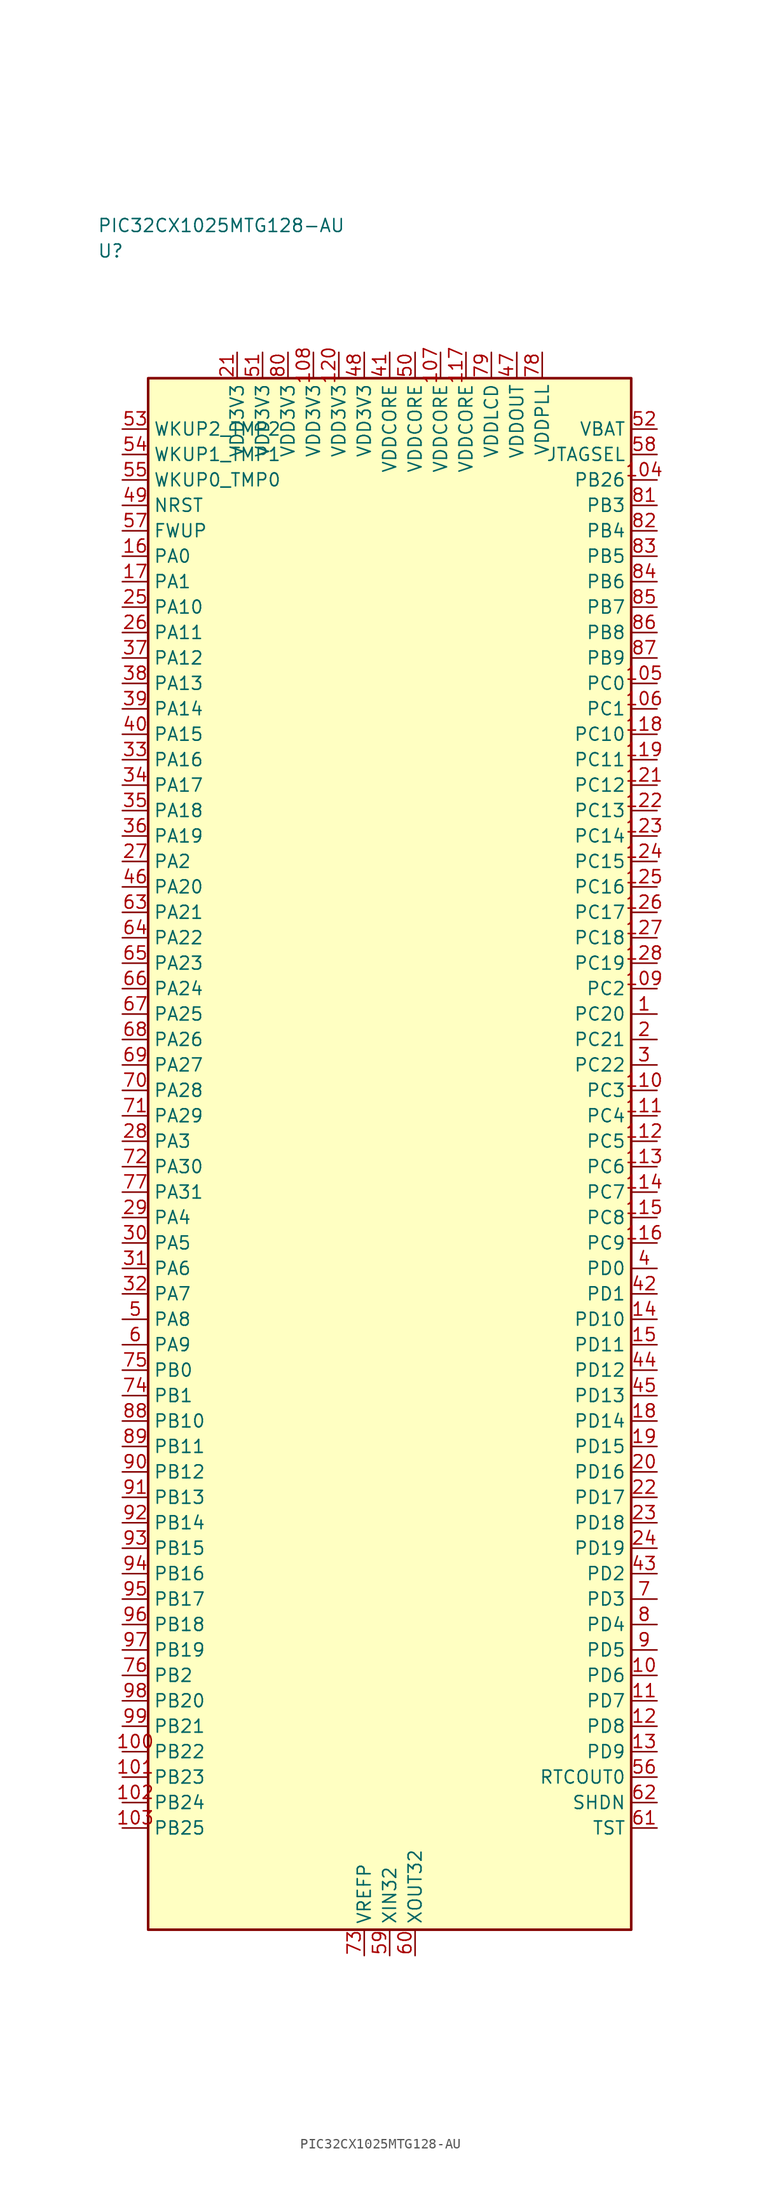
<source format=kicad_sym>
(kicad_symbol_lib
  (version 20241025)
  (generator "kicad_symbol_editor")
  (generator_version "8.0")
  (symbol "PIC32CX1025MTG128-AU"
    (property "Reference" "U"
      (at -28.75 88.75 0)
      (effects (font (size 1.27 1.27)) (justify left)))
    (property "Value" "PIC32CX1025MTG128-AU"
      (at -28.75 91.25 0)
      (effects (font (size 1.27 1.27)) (justify left)))
    (symbol "PIC32CX1025MTG128-AU_0_1"
      (rectangle (start -23.75 76.25) (end 23.75 -76.25) (stroke (width 0.254) (type default)) (fill (type background))))
    (symbol "PIC32CX1025MTG128-AU_1_1"
      (pin bidirectional line (at -26.29 58.75 0.0) (length 2.54) (name "PA0" (effects (font (size 1.27 1.27)))) (number "16" (effects (font (size 1.27 1.27)))))
      (pin bidirectional line (at -26.29 56.25 0.0) (length 2.54) (name "PA1" (effects (font (size 1.27 1.27)))) (number "17" (effects (font (size 1.27 1.27)))))
      (pin bidirectional line (at -26.29 28.75 0.0) (length 2.54) (name "PA2" (effects (font (size 1.27 1.27)))) (number "27" (effects (font (size 1.27 1.27)))))
      (pin bidirectional line (at -26.29 1.25 0.0) (length 2.54) (name "PA3" (effects (font (size 1.27 1.27)))) (number "28" (effects (font (size 1.27 1.27)))))
      (pin bidirectional line (at -26.29 -6.25 0.0) (length 2.54) (name "PA4" (effects (font (size 1.27 1.27)))) (number "29" (effects (font (size 1.27 1.27)))))
      (pin bidirectional line (at -26.29 -8.75 0.0) (length 2.54) (name "PA5" (effects (font (size 1.27 1.27)))) (number "30" (effects (font (size 1.27 1.27)))))
      (pin bidirectional line (at -26.29 -11.25 0.0) (length 2.54) (name "PA6" (effects (font (size 1.27 1.27)))) (number "31" (effects (font (size 1.27 1.27)))))
      (pin bidirectional line (at -26.29 -13.75 0.0) (length 2.54) (name "PA7" (effects (font (size 1.27 1.27)))) (number "32" (effects (font (size 1.27 1.27)))))
      (pin bidirectional line (at -26.29 -16.25 0.0) (length 2.54) (name "PA8" (effects (font (size 1.27 1.27)))) (number "5" (effects (font (size 1.27 1.27)))))
      (pin bidirectional line (at -26.29 -18.75 0.0) (length 2.54) (name "PA9" (effects (font (size 1.27 1.27)))) (number "6" (effects (font (size 1.27 1.27)))))
      (pin bidirectional line (at -26.29 53.75 0.0) (length 2.54) (name "PA10" (effects (font (size 1.27 1.27)))) (number "25" (effects (font (size 1.27 1.27)))))
      (pin bidirectional line (at -26.29 51.25 0.0) (length 2.54) (name "PA11" (effects (font (size 1.27 1.27)))) (number "26" (effects (font (size 1.27 1.27)))))
      (pin bidirectional line (at -26.29 48.75 0.0) (length 2.54) (name "PA12" (effects (font (size 1.27 1.27)))) (number "37" (effects (font (size 1.27 1.27)))))
      (pin bidirectional line (at -26.29 46.25 0.0) (length 2.54) (name "PA13" (effects (font (size 1.27 1.27)))) (number "38" (effects (font (size 1.27 1.27)))))
      (pin bidirectional line (at -26.29 43.75 0.0) (length 2.54) (name "PA14" (effects (font (size 1.27 1.27)))) (number "39" (effects (font (size 1.27 1.27)))))
      (pin bidirectional line (at -26.29 41.25 0.0) (length 2.54) (name "PA15" (effects (font (size 1.27 1.27)))) (number "40" (effects (font (size 1.27 1.27)))))
      (pin bidirectional line (at -26.29 38.75 0.0) (length 2.54) (name "PA16" (effects (font (size 1.27 1.27)))) (number "33" (effects (font (size 1.27 1.27)))))
      (pin bidirectional line (at -26.29 36.25 0.0) (length 2.54) (name "PA17" (effects (font (size 1.27 1.27)))) (number "34" (effects (font (size 1.27 1.27)))))
      (pin bidirectional line (at -26.29 33.75 0.0) (length 2.54) (name "PA18" (effects (font (size 1.27 1.27)))) (number "35" (effects (font (size 1.27 1.27)))))
      (pin bidirectional line (at -26.29 31.25 0.0) (length 2.54) (name "PA19" (effects (font (size 1.27 1.27)))) (number "36" (effects (font (size 1.27 1.27)))))
      (pin bidirectional line (at -26.29 26.25 0.0) (length 2.54) (name "PA20" (effects (font (size 1.27 1.27)))) (number "46" (effects (font (size 1.27 1.27)))))
      (pin bidirectional line (at -26.29 23.75 0.0) (length 2.54) (name "PA21" (effects (font (size 1.27 1.27)))) (number "63" (effects (font (size 1.27 1.27)))))
      (pin bidirectional line (at -26.29 21.25 0.0) (length 2.54) (name "PA22" (effects (font (size 1.27 1.27)))) (number "64" (effects (font (size 1.27 1.27)))))
      (pin bidirectional line (at -26.29 18.75 0.0) (length 2.54) (name "PA23" (effects (font (size 1.27 1.27)))) (number "65" (effects (font (size 1.27 1.27)))))
      (pin bidirectional line (at -26.29 16.25 0.0) (length 2.54) (name "PA24" (effects (font (size 1.27 1.27)))) (number "66" (effects (font (size 1.27 1.27)))))
      (pin bidirectional line (at -26.29 13.75 0.0) (length 2.54) (name "PA25" (effects (font (size 1.27 1.27)))) (number "67" (effects (font (size 1.27 1.27)))))
      (pin bidirectional line (at -26.29 11.25 0.0) (length 2.54) (name "PA26" (effects (font (size 1.27 1.27)))) (number "68" (effects (font (size 1.27 1.27)))))
      (pin bidirectional line (at -26.29 8.75 0.0) (length 2.54) (name "PA27" (effects (font (size 1.27 1.27)))) (number "69" (effects (font (size 1.27 1.27)))))
      (pin bidirectional line (at -26.29 6.25 0.0) (length 2.54) (name "PA28" (effects (font (size 1.27 1.27)))) (number "70" (effects (font (size 1.27 1.27)))))
      (pin bidirectional line (at -26.29 3.75 0.0) (length 2.54) (name "PA29" (effects (font (size 1.27 1.27)))) (number "71" (effects (font (size 1.27 1.27)))))
      (pin bidirectional line (at -26.29 -1.25 0.0) (length 2.54) (name "PA30" (effects (font (size 1.27 1.27)))) (number "72" (effects (font (size 1.27 1.27)))))
      (pin bidirectional line (at -26.29 -23.75 0.0) (length 2.54) (name "PB1" (effects (font (size 1.27 1.27)))) (number "74" (effects (font (size 1.27 1.27)))))
      (pin bidirectional line (at -26.29 -21.25 0.0) (length 2.54) (name "PB0" (effects (font (size 1.27 1.27)))) (number "75" (effects (font (size 1.27 1.27)))))
      (pin bidirectional line (at -26.29 -51.25 0.0) (length 2.54) (name "PB2" (effects (font (size 1.27 1.27)))) (number "76" (effects (font (size 1.27 1.27)))))
      (pin bidirectional line (at -26.29 -3.75 0.0) (length 2.54) (name "PA31" (effects (font (size 1.27 1.27)))) (number "77" (effects (font (size 1.27 1.27)))))
      (pin bidirectional line (at 26.29 63.75 180.0) (length 2.54) (name "PB3" (effects (font (size 1.27 1.27)))) (number "81" (effects (font (size 1.27 1.27)))))
      (pin bidirectional line (at 26.29 61.25 180.0) (length 2.54) (name "PB4" (effects (font (size 1.27 1.27)))) (number "82" (effects (font (size 1.27 1.27)))))
      (pin bidirectional line (at 26.29 58.75 180.0) (length 2.54) (name "PB5" (effects (font (size 1.27 1.27)))) (number "83" (effects (font (size 1.27 1.27)))))
      (pin bidirectional line (at 26.29 56.25 180.0) (length 2.54) (name "PB6" (effects (font (size 1.27 1.27)))) (number "84" (effects (font (size 1.27 1.27)))))
      (pin bidirectional line (at 26.29 53.75 180.0) (length 2.54) (name "PB7" (effects (font (size 1.27 1.27)))) (number "85" (effects (font (size 1.27 1.27)))))
      (pin bidirectional line (at 26.29 51.25 180.0) (length 2.54) (name "PB8" (effects (font (size 1.27 1.27)))) (number "86" (effects (font (size 1.27 1.27)))))
      (pin bidirectional line (at 26.29 48.75 180.0) (length 2.54) (name "PB9" (effects (font (size 1.27 1.27)))) (number "87" (effects (font (size 1.27 1.27)))))
      (pin bidirectional line (at -26.29 -26.25 0.0) (length 2.54) (name "PB10" (effects (font (size 1.27 1.27)))) (number "88" (effects (font (size 1.27 1.27)))))
      (pin bidirectional line (at -26.29 -28.75 0.0) (length 2.54) (name "PB11" (effects (font (size 1.27 1.27)))) (number "89" (effects (font (size 1.27 1.27)))))
      (pin bidirectional line (at -26.29 -31.25 0.0) (length 2.54) (name "PB12" (effects (font (size 1.27 1.27)))) (number "90" (effects (font (size 1.27 1.27)))))
      (pin bidirectional line (at -26.29 -33.75 0.0) (length 2.54) (name "PB13" (effects (font (size 1.27 1.27)))) (number "91" (effects (font (size 1.27 1.27)))))
      (pin bidirectional line (at -26.29 -36.25 0.0) (length 2.54) (name "PB14" (effects (font (size 1.27 1.27)))) (number "92" (effects (font (size 1.27 1.27)))))
      (pin bidirectional line (at -26.29 -38.75 0.0) (length 2.54) (name "PB15" (effects (font (size 1.27 1.27)))) (number "93" (effects (font (size 1.27 1.27)))))
      (pin bidirectional line (at -26.29 -41.25 0.0) (length 2.54) (name "PB16" (effects (font (size 1.27 1.27)))) (number "94" (effects (font (size 1.27 1.27)))))
      (pin bidirectional line (at -26.29 -43.75 0.0) (length 2.54) (name "PB17" (effects (font (size 1.27 1.27)))) (number "95" (effects (font (size 1.27 1.27)))))
      (pin bidirectional line (at -26.29 -46.25 0.0) (length 2.54) (name "PB18" (effects (font (size 1.27 1.27)))) (number "96" (effects (font (size 1.27 1.27)))))
      (pin bidirectional line (at -26.29 -48.75 0.0) (length 2.54) (name "PB19" (effects (font (size 1.27 1.27)))) (number "97" (effects (font (size 1.27 1.27)))))
      (pin bidirectional line (at -26.29 -53.75 0.0) (length 2.54) (name "PB20" (effects (font (size 1.27 1.27)))) (number "98" (effects (font (size 1.27 1.27)))))
      (pin bidirectional line (at -26.29 -56.25 0.0) (length 2.54) (name "PB21" (effects (font (size 1.27 1.27)))) (number "99" (effects (font (size 1.27 1.27)))))
      (pin bidirectional line (at -26.29 -58.75 0.0) (length 2.54) (name "PB22" (effects (font (size 1.27 1.27)))) (number "100" (effects (font (size 1.27 1.27)))))
      (pin bidirectional line (at -26.29 -61.25 0.0) (length 2.54) (name "PB23" (effects (font (size 1.27 1.27)))) (number "101" (effects (font (size 1.27 1.27)))))
      (pin bidirectional line (at -26.29 -63.75 0.0) (length 2.54) (name "PB24" (effects (font (size 1.27 1.27)))) (number "102" (effects (font (size 1.27 1.27)))))
      (pin bidirectional line (at -26.29 -66.25 0.0) (length 2.54) (name "PB25" (effects (font (size 1.27 1.27)))) (number "103" (effects (font (size 1.27 1.27)))))
      (pin bidirectional line (at 26.29 66.25 180.0) (length 2.54) (name "PB26" (effects (font (size 1.27 1.27)))) (number "104" (effects (font (size 1.27 1.27)))))
      (pin bidirectional line (at 26.29 46.25 180.0) (length 2.54) (name "PC0" (effects (font (size 1.27 1.27)))) (number "105" (effects (font (size 1.27 1.27)))))
      (pin bidirectional line (at 26.29 43.75 180.0) (length 2.54) (name "PC1" (effects (font (size 1.27 1.27)))) (number "106" (effects (font (size 1.27 1.27)))))
      (pin bidirectional line (at 26.29 16.25 180.0) (length 2.54) (name "PC2" (effects (font (size 1.27 1.27)))) (number "109" (effects (font (size 1.27 1.27)))))
      (pin bidirectional line (at 26.29 6.25 180.0) (length 2.54) (name "PC3" (effects (font (size 1.27 1.27)))) (number "110" (effects (font (size 1.27 1.27)))))
      (pin bidirectional line (at 26.29 3.75 180.0) (length 2.54) (name "PC4" (effects (font (size 1.27 1.27)))) (number "111" (effects (font (size 1.27 1.27)))))
      (pin bidirectional line (at 26.29 1.25 180.0) (length 2.54) (name "PC5" (effects (font (size 1.27 1.27)))) (number "112" (effects (font (size 1.27 1.27)))))
      (pin bidirectional line (at 26.29 -1.25 180.0) (length 2.54) (name "PC6" (effects (font (size 1.27 1.27)))) (number "113" (effects (font (size 1.27 1.27)))))
      (pin bidirectional line (at 26.29 -3.75 180.0) (length 2.54) (name "PC7" (effects (font (size 1.27 1.27)))) (number "114" (effects (font (size 1.27 1.27)))))
      (pin bidirectional line (at 26.29 -6.25 180.0) (length 2.54) (name "PC8" (effects (font (size 1.27 1.27)))) (number "115" (effects (font (size 1.27 1.27)))))
      (pin bidirectional line (at 26.29 -8.75 180.0) (length 2.54) (name "PC9" (effects (font (size 1.27 1.27)))) (number "116" (effects (font (size 1.27 1.27)))))
      (pin bidirectional line (at 26.29 41.25 180.0) (length 2.54) (name "PC10" (effects (font (size 1.27 1.27)))) (number "118" (effects (font (size 1.27 1.27)))))
      (pin bidirectional line (at 26.29 38.75 180.0) (length 2.54) (name "PC11" (effects (font (size 1.27 1.27)))) (number "119" (effects (font (size 1.27 1.27)))))
      (pin bidirectional line (at 26.29 36.25 180.0) (length 2.54) (name "PC12" (effects (font (size 1.27 1.27)))) (number "121" (effects (font (size 1.27 1.27)))))
      (pin bidirectional line (at 26.29 33.75 180.0) (length 2.54) (name "PC13" (effects (font (size 1.27 1.27)))) (number "122" (effects (font (size 1.27 1.27)))))
      (pin bidirectional line (at 26.29 31.25 180.0) (length 2.54) (name "PC14" (effects (font (size 1.27 1.27)))) (number "123" (effects (font (size 1.27 1.27)))))
      (pin bidirectional line (at 26.29 28.75 180.0) (length 2.54) (name "PC15" (effects (font (size 1.27 1.27)))) (number "124" (effects (font (size 1.27 1.27)))))
      (pin bidirectional line (at 26.29 26.25 180.0) (length 2.54) (name "PC16" (effects (font (size 1.27 1.27)))) (number "125" (effects (font (size 1.27 1.27)))))
      (pin bidirectional line (at 26.29 23.75 180.0) (length 2.54) (name "PC17" (effects (font (size 1.27 1.27)))) (number "126" (effects (font (size 1.27 1.27)))))
      (pin bidirectional line (at 26.29 21.25 180.0) (length 2.54) (name "PC18" (effects (font (size 1.27 1.27)))) (number "127" (effects (font (size 1.27 1.27)))))
      (pin bidirectional line (at 26.29 18.75 180.0) (length 2.54) (name "PC19" (effects (font (size 1.27 1.27)))) (number "128" (effects (font (size 1.27 1.27)))))
      (pin bidirectional line (at 26.29 13.75 180.0) (length 2.54) (name "PC20" (effects (font (size 1.27 1.27)))) (number "1" (effects (font (size 1.27 1.27)))))
      (pin bidirectional line (at 26.29 11.25 180.0) (length 2.54) (name "PC21" (effects (font (size 1.27 1.27)))) (number "2" (effects (font (size 1.27 1.27)))))
      (pin bidirectional line (at 26.29 8.75 180.0) (length 2.54) (name "PC22" (effects (font (size 1.27 1.27)))) (number "3" (effects (font (size 1.27 1.27)))))
      (pin bidirectional line (at 26.29 -11.25 180.0) (length 2.54) (name "PD0" (effects (font (size 1.27 1.27)))) (number "4" (effects (font (size 1.27 1.27)))))
      (pin bidirectional line (at 26.29 -13.75 180.0) (length 2.54) (name "PD1" (effects (font (size 1.27 1.27)))) (number "42" (effects (font (size 1.27 1.27)))))
      (pin bidirectional line (at 26.29 -41.25 180.0) (length 2.54) (name "PD2" (effects (font (size 1.27 1.27)))) (number "43" (effects (font (size 1.27 1.27)))))
      (pin bidirectional line (at 26.29 -43.75 180.0) (length 2.54) (name "PD3" (effects (font (size 1.27 1.27)))) (number "7" (effects (font (size 1.27 1.27)))))
      (pin bidirectional line (at 26.29 -46.25 180.0) (length 2.54) (name "PD4" (effects (font (size 1.27 1.27)))) (number "8" (effects (font (size 1.27 1.27)))))
      (pin bidirectional line (at 26.29 -48.75 180.0) (length 2.54) (name "PD5" (effects (font (size 1.27 1.27)))) (number "9" (effects (font (size 1.27 1.27)))))
      (pin bidirectional line (at 26.29 -51.25 180.0) (length 2.54) (name "PD6" (effects (font (size 1.27 1.27)))) (number "10" (effects (font (size 1.27 1.27)))))
      (pin bidirectional line (at 26.29 -53.75 180.0) (length 2.54) (name "PD7" (effects (font (size 1.27 1.27)))) (number "11" (effects (font (size 1.27 1.27)))))
      (pin bidirectional line (at 26.29 -56.25 180.0) (length 2.54) (name "PD8" (effects (font (size 1.27 1.27)))) (number "12" (effects (font (size 1.27 1.27)))))
      (pin bidirectional line (at 26.29 -58.75 180.0) (length 2.54) (name "PD9" (effects (font (size 1.27 1.27)))) (number "13" (effects (font (size 1.27 1.27)))))
      (pin bidirectional line (at 26.29 -16.25 180.0) (length 2.54) (name "PD10" (effects (font (size 1.27 1.27)))) (number "14" (effects (font (size 1.27 1.27)))))
      (pin bidirectional line (at 26.29 -18.75 180.0) (length 2.54) (name "PD11" (effects (font (size 1.27 1.27)))) (number "15" (effects (font (size 1.27 1.27)))))
      (pin bidirectional line (at 26.29 -21.25 180.0) (length 2.54) (name "PD12" (effects (font (size 1.27 1.27)))) (number "44" (effects (font (size 1.27 1.27)))))
      (pin bidirectional line (at 26.29 -23.75 180.0) (length 2.54) (name "PD13" (effects (font (size 1.27 1.27)))) (number "45" (effects (font (size 1.27 1.27)))))
      (pin bidirectional line (at 26.29 -26.25 180.0) (length 2.54) (name "PD14" (effects (font (size 1.27 1.27)))) (number "18" (effects (font (size 1.27 1.27)))))
      (pin bidirectional line (at 26.29 -28.75 180.0) (length 2.54) (name "PD15" (effects (font (size 1.27 1.27)))) (number "19" (effects (font (size 1.27 1.27)))))
      (pin bidirectional line (at 26.29 -31.25 180.0) (length 2.54) (name "PD16" (effects (font (size 1.27 1.27)))) (number "20" (effects (font (size 1.27 1.27)))))
      (pin bidirectional line (at 26.29 -33.75 180.0) (length 2.54) (name "PD17" (effects (font (size 1.27 1.27)))) (number "22" (effects (font (size 1.27 1.27)))))
      (pin bidirectional line (at 26.29 -36.25 180.0) (length 2.54) (name "PD18" (effects (font (size 1.27 1.27)))) (number "23" (effects (font (size 1.27 1.27)))))
      (pin bidirectional line (at 26.29 -38.75 180.0) (length 2.54) (name "PD19" (effects (font (size 1.27 1.27)))) (number "24" (effects (font (size 1.27 1.27)))))
      (pin input line (at -26.29 63.75 0.0) (length 2.54) (name "NRST" (effects (font (size 1.27 1.27)))) (number "49" (effects (font (size 1.27 1.27)))))
      (pin bidirectional line (at -26.29 61.25 0.0) (length 2.54) (name "FWUP" (effects (font (size 1.27 1.27)))) (number "57" (effects (font (size 1.27 1.27)))))
      (pin output line (at 26.29 68.75 180.0) (length 2.54) (name "JTAGSEL" (effects (font (size 1.27 1.27)))) (number "58" (effects (font (size 1.27 1.27)))))
      (pin bidirectional line (at 26.29 -63.75 180.0) (length 2.54) (name "SHDN" (effects (font (size 1.27 1.27)))) (number "62" (effects (font (size 1.27 1.27)))))
      (pin bidirectional line (at 26.29 -66.25 180.0) (length 2.54) (name "TST" (effects (font (size 1.27 1.27)))) (number "61" (effects (font (size 1.27 1.27)))))
      (pin bidirectional line (at 26.29 -61.25 180.0) (length 2.54) (name "RTCOUT0" (effects (font (size 1.27 1.27)))) (number "56" (effects (font (size 1.27 1.27)))))
      (pin input line (at -26.29 66.25 0.0) (length 2.54) (name "WKUP0_TMP0" (effects (font (size 1.27 1.27)))) (number "55" (effects (font (size 1.27 1.27)))))
      (pin input line (at -26.29 68.75 0.0) (length 2.54) (name "WKUP1_TMP1" (effects (font (size 1.27 1.27)))) (number "54" (effects (font (size 1.27 1.27)))))
      (pin input line (at -26.29 71.25 0.0) (length 2.54) (name "WKUP2_TMP2" (effects (font (size 1.27 1.27)))) (number "53" (effects (font (size 1.27 1.27)))))
      (pin passive line (at 2.5 -78.79 90.0) (length 2.54) (name "XOUT32" (effects (font (size 1.27 1.27)))) (number "60" (effects (font (size 1.27 1.27)))))
      (pin passive line (at 0.0 -78.79 90.0) (length 2.54) (name "XIN32" (effects (font (size 1.27 1.27)))) (number "59" (effects (font (size 1.27 1.27)))))
      (pin power_in line (at -15.0 78.79 270.0) (length 2.54) (name "VDD3V3" (effects (font (size 1.27 1.27)))) (number "21" (effects (font (size 1.27 1.27)))))
      (pin output line (at 26.29 71.25 180.0) (length 2.54) (name "VBAT" (effects (font (size 1.27 1.27)))) (number "52" (effects (font (size 1.27 1.27)))))
      (pin power_in line (at -12.5 78.79 270.0) (length 2.54) (name "VDD3V3" (effects (font (size 1.27 1.27)))) (number "51" (effects (font (size 1.27 1.27)))))
      (pin power_in line (at -10.0 78.79 270.0) (length 2.54) (name "VDD3V3" (effects (font (size 1.27 1.27)))) (number "80" (effects (font (size 1.27 1.27)))))
      (pin power_in line (at -7.5 78.79 270.0) (length 2.54) (name "VDD3V3" (effects (font (size 1.27 1.27)))) (number "108" (effects (font (size 1.27 1.27)))))
      (pin power_in line (at -5.0 78.79 270.0) (length 2.54) (name "VDD3V3" (effects (font (size 1.27 1.27)))) (number "120" (effects (font (size 1.27 1.27)))))
      (pin power_in line (at 0.0 78.79 270.0) (length 2.54) (name "VDDCORE" (effects (font (size 1.27 1.27)))) (number "41" (effects (font (size 1.27 1.27)))))
      (pin power_in line (at 2.5 78.79 270.0) (length 2.54) (name "VDDCORE" (effects (font (size 1.27 1.27)))) (number "50" (effects (font (size 1.27 1.27)))))
      (pin power_in line (at 5.0 78.79 270.0) (length 2.54) (name "VDDCORE" (effects (font (size 1.27 1.27)))) (number "107" (effects (font (size 1.27 1.27)))))
      (pin power_in line (at 7.5 78.79 270.0) (length 2.54) (name "VDDCORE" (effects (font (size 1.27 1.27)))) (number "117" (effects (font (size 1.27 1.27)))))
      (pin power_in line (at 15.0 78.79 270.0) (length 2.54) (name "VDDPLL" (effects (font (size 1.27 1.27)))) (number "78" (effects (font (size 1.27 1.27)))))
      (pin power_in line (at 12.5 78.79 270.0) (length 2.54) (name "VDDOUT" (effects (font (size 1.27 1.27)))) (number "47" (effects (font (size 1.27 1.27)))))
      (pin power_in line (at -2.5 78.79 270.0) (length 2.54) (name "VDD3V3" (effects (font (size 1.27 1.27)))) (number "48" (effects (font (size 1.27 1.27)))))
      (pin passive line (at -2.5 -78.79 90.0) (length 2.54) (name "VREFP" (effects (font (size 1.27 1.27)))) (number "73" (effects (font (size 1.27 1.27)))))
      (pin power_in line (at 10.0 78.79 270.0) (length 2.54) (name "VDDLCD" (effects (font (size 1.27 1.27)))) (number "79" (effects (font (size 1.27 1.27))))))))
</source>
